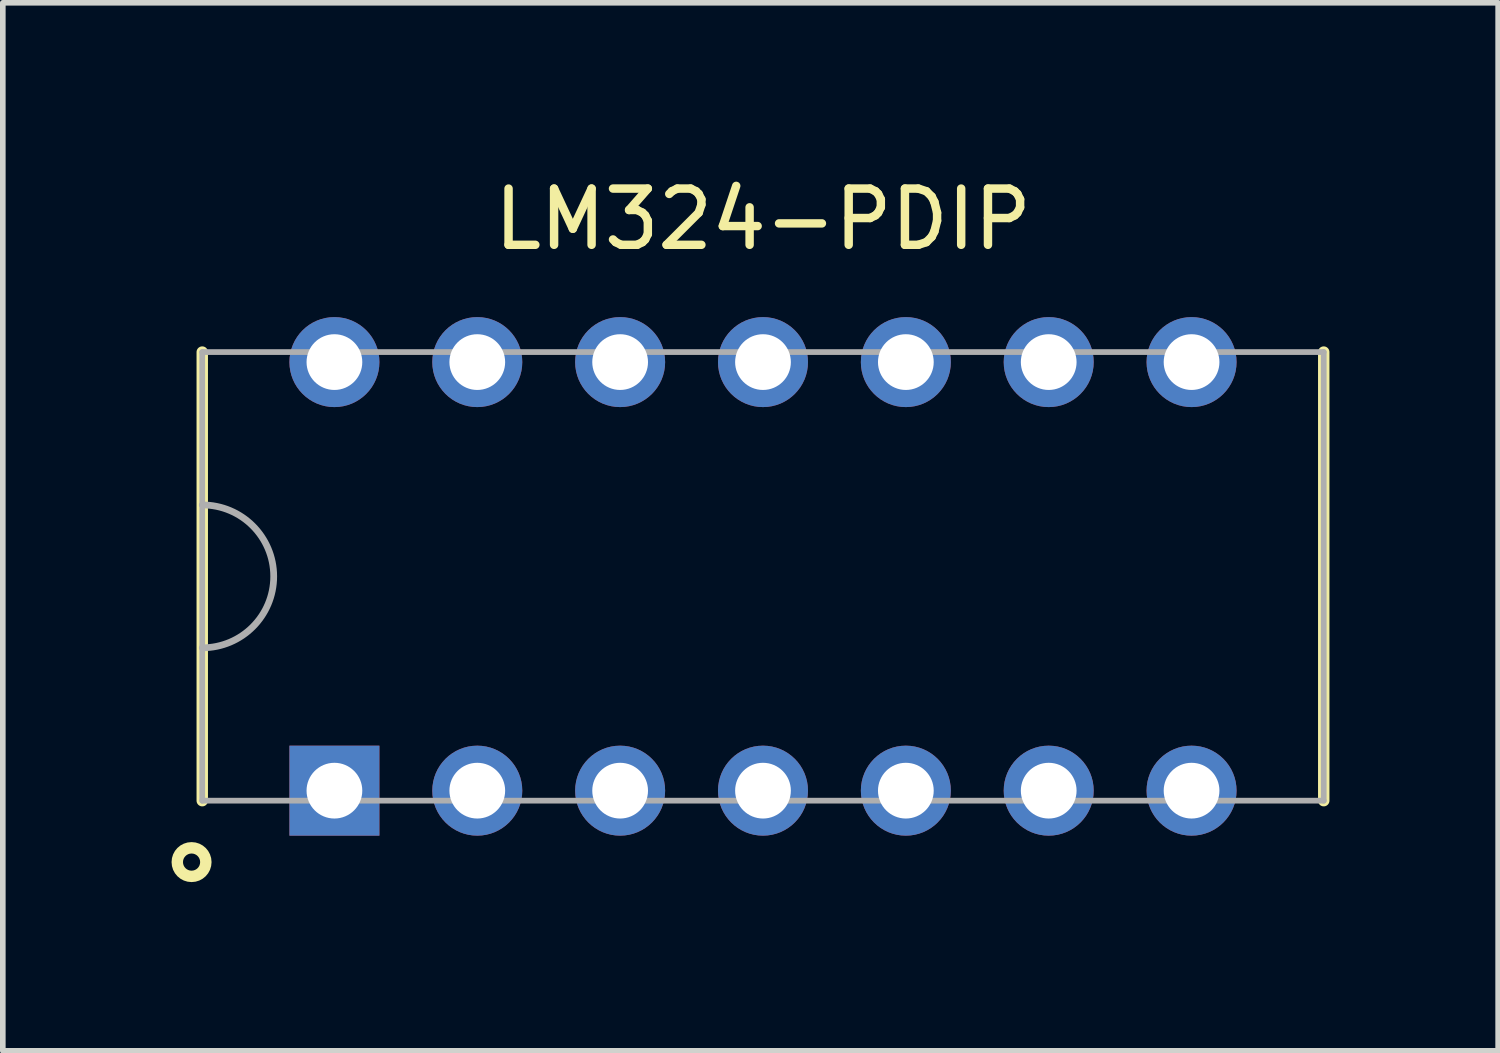
<source format=kicad_pcb>
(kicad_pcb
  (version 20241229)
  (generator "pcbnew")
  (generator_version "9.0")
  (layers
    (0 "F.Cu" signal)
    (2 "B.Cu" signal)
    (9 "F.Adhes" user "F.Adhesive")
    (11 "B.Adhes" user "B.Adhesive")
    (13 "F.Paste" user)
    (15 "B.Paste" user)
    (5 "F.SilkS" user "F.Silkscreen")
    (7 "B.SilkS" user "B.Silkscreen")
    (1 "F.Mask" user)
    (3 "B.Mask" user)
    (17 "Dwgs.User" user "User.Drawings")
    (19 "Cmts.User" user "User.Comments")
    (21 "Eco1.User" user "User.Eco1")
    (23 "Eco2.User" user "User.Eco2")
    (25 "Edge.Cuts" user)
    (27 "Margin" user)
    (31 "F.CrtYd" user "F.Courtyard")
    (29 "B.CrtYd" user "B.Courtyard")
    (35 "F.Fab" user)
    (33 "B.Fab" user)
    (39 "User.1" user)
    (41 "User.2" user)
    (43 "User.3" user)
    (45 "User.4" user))
  (footprint "LM324-PDIP"
    (layer "F.Cu")
    (at 10.516 7.198)
    (property "Reference" "LM324-PDIP" (at 0 -6.35 0) (layer "F.SilkS") (effects (font (size 1 1) (thickness 0.15))))
    (attr through_hole)
    (fp_line (start -9.97 -3.988) (end -9.97 3.988) (stroke (width 0.203) (type solid)) (layer "F.SilkS"))
    (fp_line (start 9.97 -3.988) (end 9.97 3.988) (stroke (width 0.203) (type solid)) (layer "F.SilkS"))
    (fp_circle (center -10.16 5.08) (end -9.906 5.08) (stroke (width 0.203) (type solid)) (fill no) (layer "F.SilkS"))
    (fp_line (start -9.97 -3.988) (end 9.97 -3.988) (stroke (width 0.102) (type solid)) (layer "F.Fab"))
    (fp_line (start -9.97 3.988) (end -9.97 -3.988) (stroke (width 0.102) (type solid)) (layer "F.Fab"))
    (fp_line (start -9.97 3.988) (end 9.97 3.988) (stroke (width 0.102) (type solid)) (layer "F.Fab"))
    (fp_line (start 9.97 3.988) (end 9.97 -3.988) (stroke (width 0.102) (type solid)) (layer "F.Fab"))
    (fp_arc (start -9.9695 -1.27) (mid -8.6995 0) (end -9.9695 1.27) (stroke (width 0.12) (type solid)) (layer "F.Fab"))
    (pad "1" thru_hole rect (at -7.62 3.81) (size 1.6 1.6) (drill 0.991) (layers "*.Cu" "*.Mask"))
    (pad "2" thru_hole circle (at -5.08 3.81) (size 1.6 1.6) (drill 0.991) (layers "*.Cu" "*.Mask"))
    (pad "3" thru_hole circle (at -2.54 3.81) (size 1.6 1.6) (drill 0.991) (layers "*.Cu" "*.Mask"))
    (pad "4" thru_hole circle (at 0 3.81) (size 1.6 1.6) (drill 0.991) (layers "*.Cu" "*.Mask"))
    (pad "5" thru_hole circle (at 2.54 3.81) (size 1.6 1.6) (drill 0.991) (layers "*.Cu" "*.Mask"))
    (pad "6" thru_hole circle (at 5.08 3.81) (size 1.6 1.6) (drill 0.991) (layers "*.Cu" "*.Mask"))
    (pad "7" thru_hole circle (at 7.62 3.81) (size 1.6 1.6) (drill 0.991) (layers "*.Cu" "*.Mask"))
    (pad "8" thru_hole circle (at 7.62 -3.81) (size 1.6 1.6) (drill 0.991) (layers "*.Cu" "*.Mask"))
    (pad "9" thru_hole circle (at 5.08 -3.81) (size 1.6 1.6) (drill 0.991) (layers "*.Cu" "*.Mask"))
    (pad "10" thru_hole circle (at 2.54 -3.81) (size 1.6 1.6) (drill 0.991) (layers "*.Cu" "*.Mask"))
    (pad "11" thru_hole circle (at 0 -3.81) (size 1.6 1.6) (drill 0.991) (layers "*.Cu" "*.Mask"))
    (pad "12" thru_hole circle (at -2.54 -3.81) (size 1.6 1.6) (drill 0.991) (layers "*.Cu" "*.Mask"))
    (pad "13" thru_hole circle (at -5.08 -3.81) (size 1.6 1.6) (drill 0.991) (layers "*.Cu" "*.Mask"))
    (pad "14" thru_hole circle (at -7.62 -3.81) (size 1.6 1.6) (drill 0.991) (layers "*.Cu" "*.Mask")))
  (gr_rect
    (start -3 -3)
    (end 23.587 15.634)
    (stroke (width 0.1) (type default))
    (fill no)
    (layer "Edge.Cuts")))
</source>
